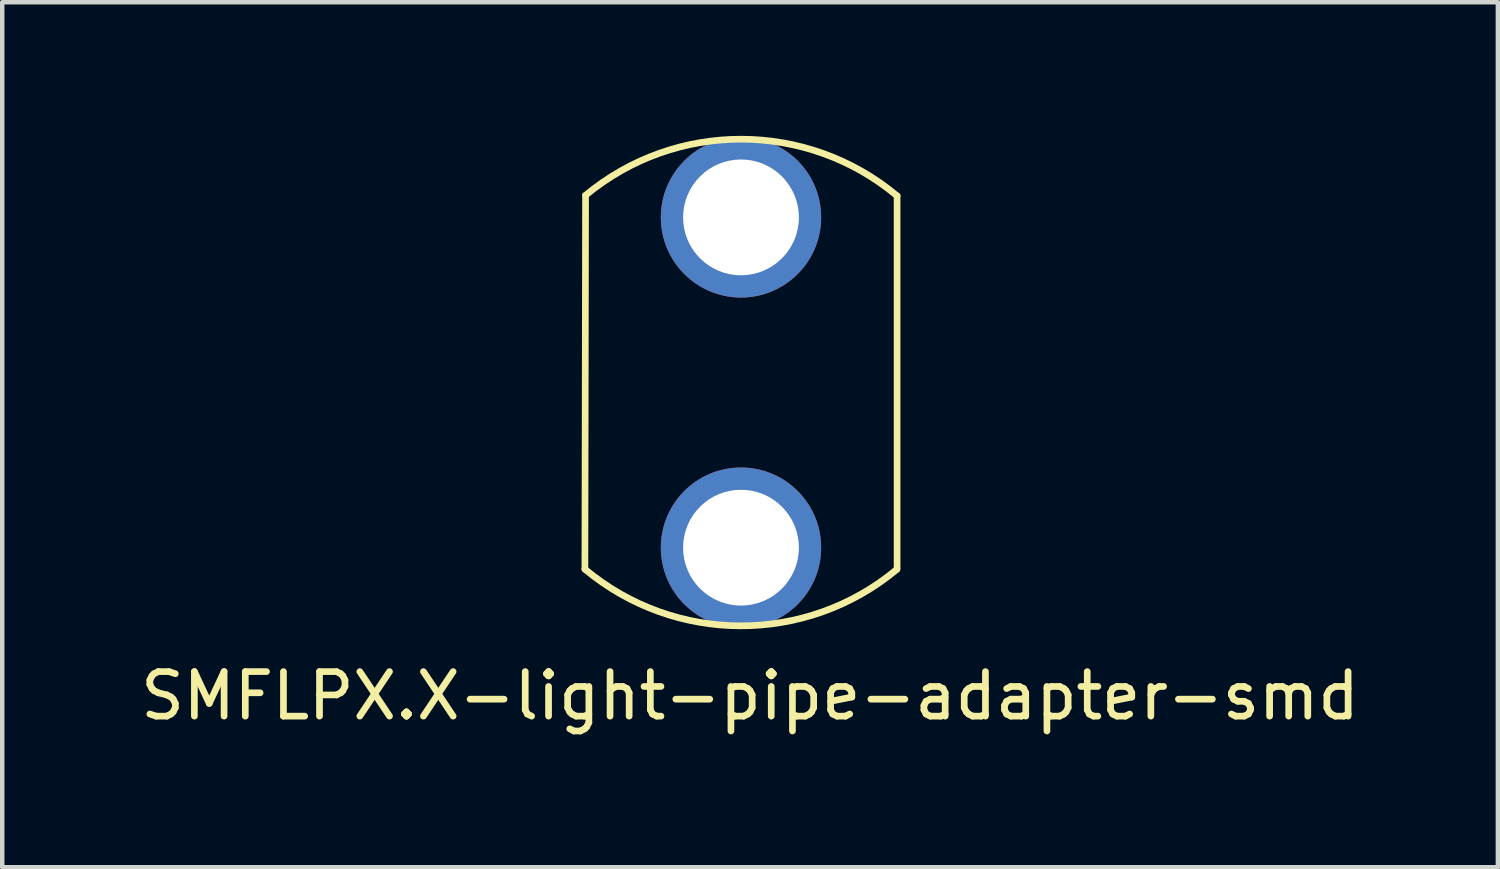
<source format=kicad_pcb>
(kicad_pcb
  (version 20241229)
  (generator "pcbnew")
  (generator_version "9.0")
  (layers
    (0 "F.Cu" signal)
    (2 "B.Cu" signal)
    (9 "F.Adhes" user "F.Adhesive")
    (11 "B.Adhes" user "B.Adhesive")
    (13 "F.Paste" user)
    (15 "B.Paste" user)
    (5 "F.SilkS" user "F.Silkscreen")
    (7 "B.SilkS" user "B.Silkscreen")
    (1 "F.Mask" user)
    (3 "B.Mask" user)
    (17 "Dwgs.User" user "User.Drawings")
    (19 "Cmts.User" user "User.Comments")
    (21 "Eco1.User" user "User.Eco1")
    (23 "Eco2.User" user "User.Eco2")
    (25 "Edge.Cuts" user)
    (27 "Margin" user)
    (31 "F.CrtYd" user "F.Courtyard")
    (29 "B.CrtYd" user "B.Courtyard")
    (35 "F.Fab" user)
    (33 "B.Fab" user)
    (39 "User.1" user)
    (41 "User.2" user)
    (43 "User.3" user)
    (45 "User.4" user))
  (footprint "SMFLPX.X-light-pipe-adapter-smd"
    (layer "F.Cu")
    (at 13.588 5.539)
    (property "Reference" "SMFLPX.X-light-pipe-adapter-smd" (at 0.203 7.036 0) (layer "F.SilkS") (effects (font (size 1 1) (thickness 0.15))))
    (attr through_hole)
    (fp_line (start -3.49 -4.204) (end -3.505 4.191) (stroke (width 0.15) (type solid)) (layer "F.SilkS"))
    (fp_line (start 3.505 4.191) (end 3.505 -4.191) (stroke (width 0.15) (type solid)) (layer "F.SilkS"))
    (fp_arc (start -3.490187 -4.203509) (mid 0.009771 -5.463588) (end 3.505199 -4.190999) (stroke (width 0.15) (type solid)) (layer "F.SilkS"))
    (fp_arc (start 3.492728 4.201398) (mid -0.008119 5.463591) (end -3.505199 4.190999) (stroke (width 0.15) (type solid)) (layer "F.SilkS"))
    (pad "1" thru_hole circle (at 0 -3.708) (size 3.6 3.6) (drill 2.6) (layers "*.Cu" "*.Mask"))
    (pad "2" thru_hole circle (at 0 3.708) (size 3.6 3.6) (drill 2.6) (layers "*.Cu" "*.Mask")))
  (gr_rect
    (start -3 -3)
    (end 30.583 16.423)
    (stroke (width 0.1) (type default))
    (fill no)
    (layer "Edge.Cuts")))
</source>
